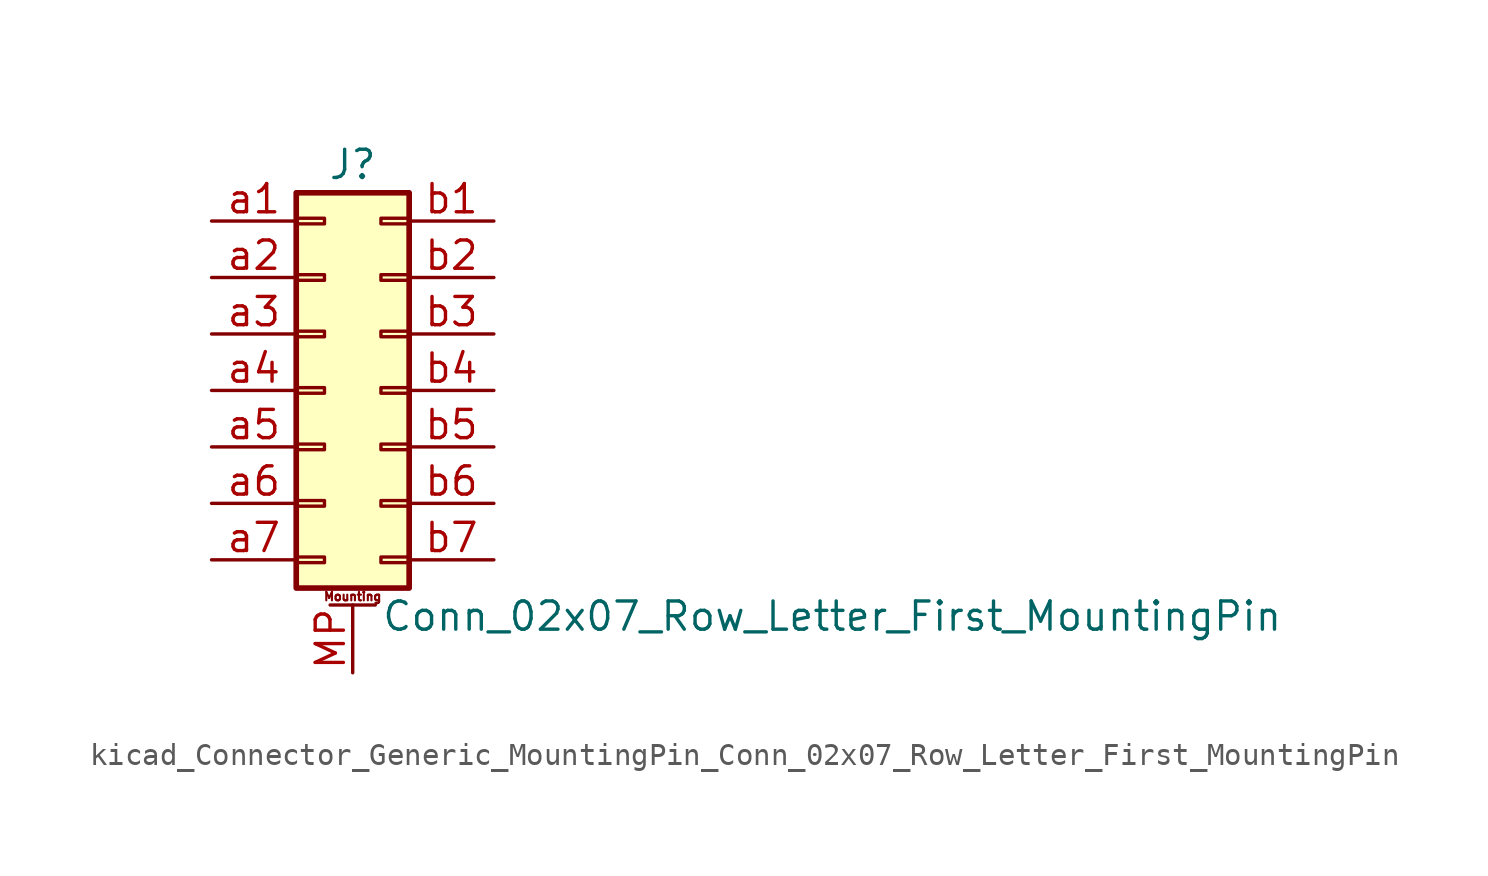
<source format=kicad_sym>
(kicad_symbol_lib
  (version 20220914)
  (generator kicad_symbol_editor)
  (symbol "kicad_Connector_Generic_MountingPin_Conn_02x07_Row_Letter_First_MountingPin"
    (pin_names
      (offset 1.016) hide)
    (property "Reference" "J"
      (at 1.27 10.16 0)
      (effects (font (size 1.27 1.27))))
    (property "Value" "Conn_02x07_Row_Letter_First_MountingPin"
      (at 2.54 -10.16 0)
      (effects (font (size 1.27 1.27)) (justify left)))
    (symbol "kicad_Connector_Generic_MountingPin_Conn_02x07_Row_Letter_First_MountingPin_1_1"
      (rectangle (start -1.27 -7.493) (end 0 -7.747) (stroke (width 0.152) (type default)) (fill (type none)))
      (rectangle (start -1.27 -4.953) (end 0 -5.207) (stroke (width 0.152) (type default)) (fill (type none)))
      (rectangle (start -1.27 -2.413) (end 0 -2.667) (stroke (width 0.152) (type default)) (fill (type none)))
      (rectangle (start -1.27 0.127) (end 0 -0.127) (stroke (width 0.152) (type default)) (fill (type none)))
      (rectangle (start -1.27 2.667) (end 0 2.413) (stroke (width 0.152) (type default)) (fill (type none)))
      (rectangle (start -1.27 5.207) (end 0 4.953) (stroke (width 0.152) (type default)) (fill (type none)))
      (rectangle (start -1.27 7.747) (end 0 7.493) (stroke (width 0.152) (type default)) (fill (type none)))
      (rectangle (start -1.27 8.89) (end 3.81 -8.89) (stroke (width 0.254) (type default)) (fill (type background)))
      (polyline (pts (xy 0.254 -9.652) (xy 2.286 -9.652)) (stroke (width 0.152) (type default)) (fill (type none)))
      (rectangle (start 3.81 -7.493) (end 2.54 -7.747) (stroke (width 0.152) (type default)) (fill (type none)))
      (rectangle (start 3.81 -4.953) (end 2.54 -5.207) (stroke (width 0.152) (type default)) (fill (type none)))
      (rectangle (start 3.81 -2.413) (end 2.54 -2.667) (stroke (width 0.152) (type default)) (fill (type none)))
      (rectangle (start 3.81 0.127) (end 2.54 -0.127) (stroke (width 0.152) (type default)) (fill (type none)))
      (rectangle (start 3.81 2.667) (end 2.54 2.413) (stroke (width 0.152) (type default)) (fill (type none)))
      (rectangle (start 3.81 5.207) (end 2.54 4.953) (stroke (width 0.152) (type default)) (fill (type none)))
      (rectangle (start 3.81 7.747) (end 2.54 7.493) (stroke (width 0.152) (type default)) (fill (type none)))
      (text "Mounting" (at 1.27 -9.271 0) (effects (font (size 0.381 0.381))))
      (pin passive line (at 1.27 -12.7 90) (length 3.048) (name "MountPin" (effects (font (size 1.27 1.27)))) (number "MP" (effects (font (size 1.27 1.27)))))
      (pin passive line (at -5.08 7.62 0) (length 3.81) (name "Pin_a1" (effects (font (size 1.27 1.27)))) (number "a1" (effects (font (size 1.27 1.27)))))
      (pin passive line (at -5.08 5.08 0) (length 3.81) (name "Pin_a2" (effects (font (size 1.27 1.27)))) (number "a2" (effects (font (size 1.27 1.27)))))
      (pin passive line (at -5.08 2.54 0) (length 3.81) (name "Pin_a3" (effects (font (size 1.27 1.27)))) (number "a3" (effects (font (size 1.27 1.27)))))
      (pin passive line (at -5.08 0 0) (length 3.81) (name "Pin_a4" (effects (font (size 1.27 1.27)))) (number "a4" (effects (font (size 1.27 1.27)))))
      (pin passive line (at -5.08 -2.54 0) (length 3.81) (name "Pin_a5" (effects (font (size 1.27 1.27)))) (number "a5" (effects (font (size 1.27 1.27)))))
      (pin passive line (at -5.08 -5.08 0) (length 3.81) (name "Pin_a6" (effects (font (size 1.27 1.27)))) (number "a6" (effects (font (size 1.27 1.27)))))
      (pin passive line (at -5.08 -7.62 0) (length 3.81) (name "Pin_a7" (effects (font (size 1.27 1.27)))) (number "a7" (effects (font (size 1.27 1.27)))))
      (pin passive line (at 7.62 7.62 180) (length 3.81) (name "Pin_b1" (effects (font (size 1.27 1.27)))) (number "b1" (effects (font (size 1.27 1.27)))))
      (pin passive line (at 7.62 5.08 180) (length 3.81) (name "Pin_b2" (effects (font (size 1.27 1.27)))) (number "b2" (effects (font (size 1.27 1.27)))))
      (pin passive line (at 7.62 2.54 180) (length 3.81) (name "Pin_b3" (effects (font (size 1.27 1.27)))) (number "b3" (effects (font (size 1.27 1.27)))))
      (pin passive line (at 7.62 0 180) (length 3.81) (name "Pin_b4" (effects (font (size 1.27 1.27)))) (number "b4" (effects (font (size 1.27 1.27)))))
      (pin passive line (at 7.62 -2.54 180) (length 3.81) (name "Pin_b5" (effects (font (size 1.27 1.27)))) (number "b5" (effects (font (size 1.27 1.27)))))
      (pin passive line (at 7.62 -5.08 180) (length 3.81) (name "Pin_b6" (effects (font (size 1.27 1.27)))) (number "b6" (effects (font (size 1.27 1.27)))))
      (pin passive line (at 7.62 -7.62 180) (length 3.81) (name "Pin_b7" (effects (font (size 1.27 1.27)))) (number "b7" (effects (font (size 1.27 1.27))))))))
</source>
